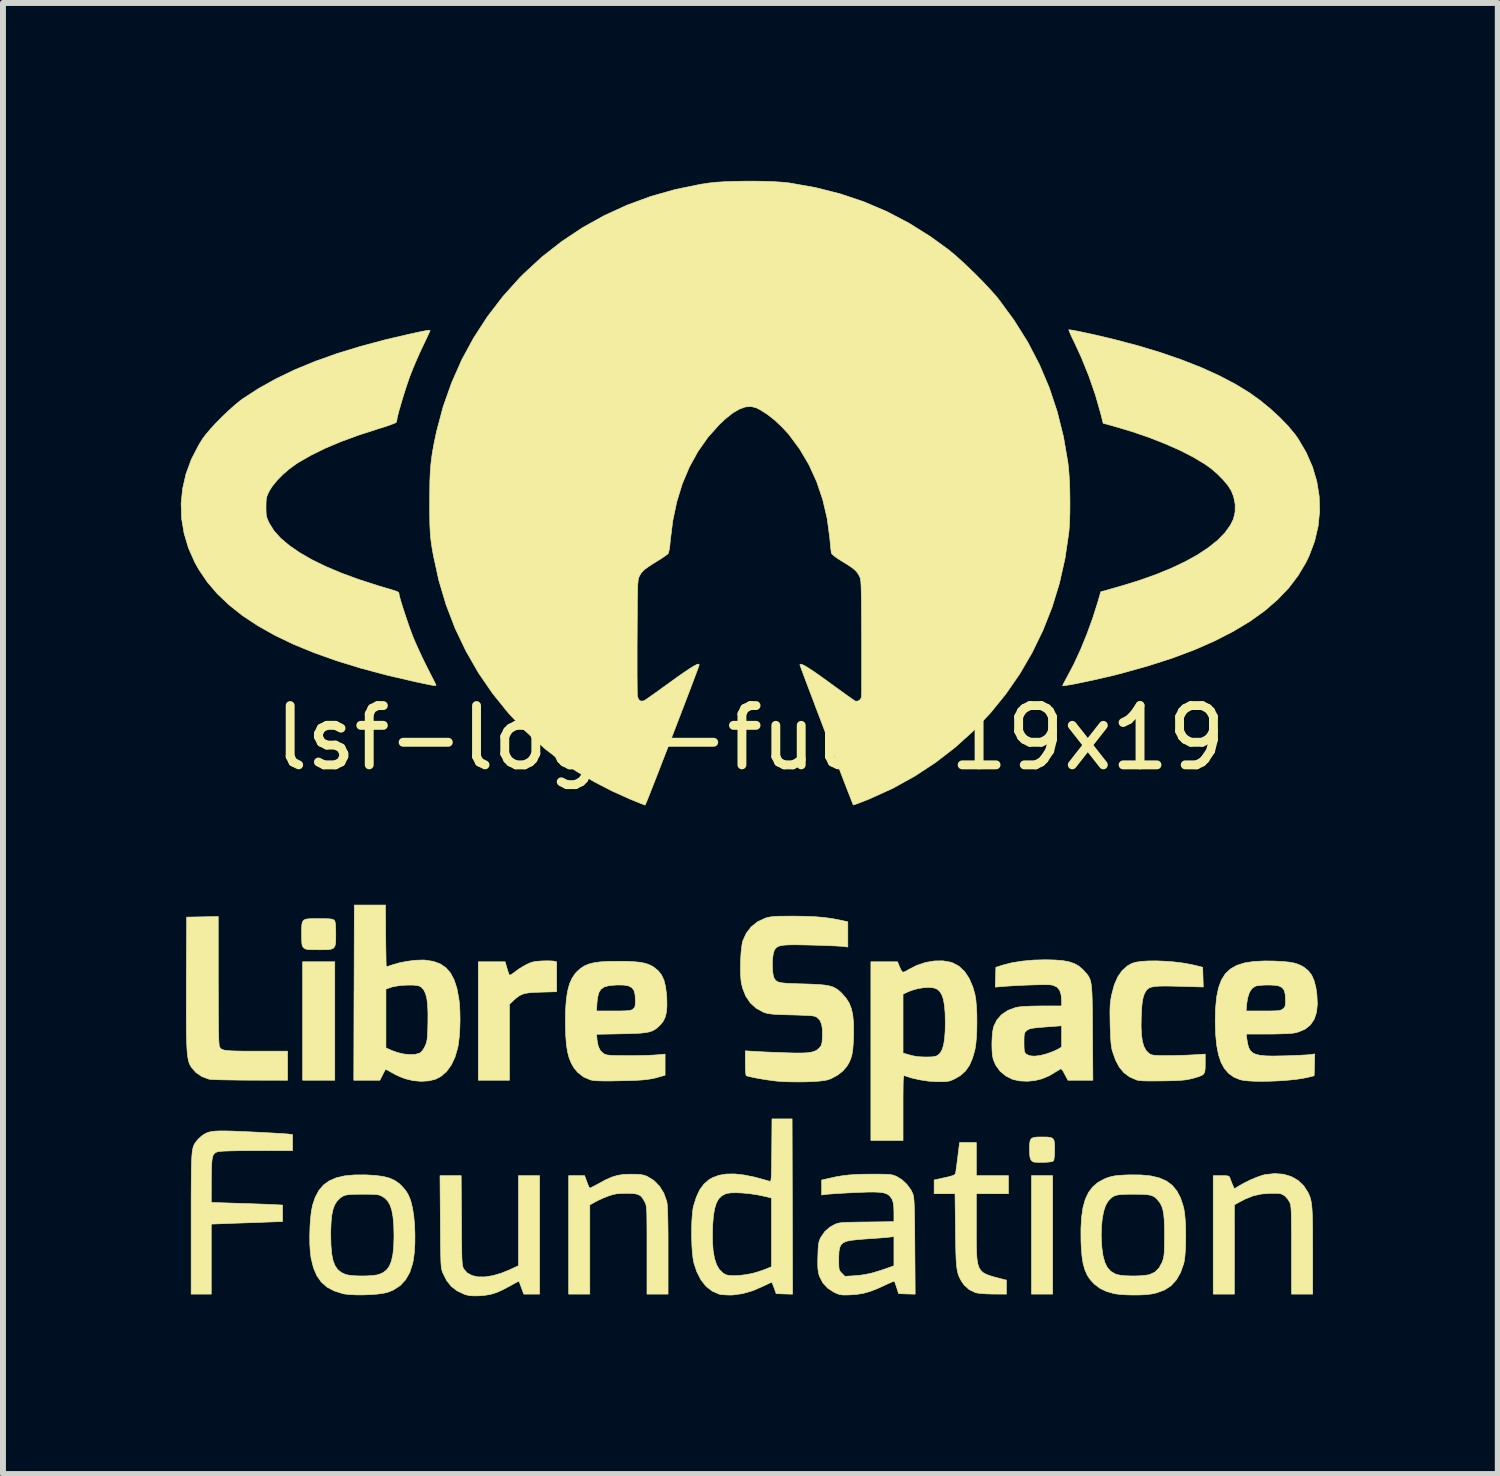
<source format=kicad_pcb>
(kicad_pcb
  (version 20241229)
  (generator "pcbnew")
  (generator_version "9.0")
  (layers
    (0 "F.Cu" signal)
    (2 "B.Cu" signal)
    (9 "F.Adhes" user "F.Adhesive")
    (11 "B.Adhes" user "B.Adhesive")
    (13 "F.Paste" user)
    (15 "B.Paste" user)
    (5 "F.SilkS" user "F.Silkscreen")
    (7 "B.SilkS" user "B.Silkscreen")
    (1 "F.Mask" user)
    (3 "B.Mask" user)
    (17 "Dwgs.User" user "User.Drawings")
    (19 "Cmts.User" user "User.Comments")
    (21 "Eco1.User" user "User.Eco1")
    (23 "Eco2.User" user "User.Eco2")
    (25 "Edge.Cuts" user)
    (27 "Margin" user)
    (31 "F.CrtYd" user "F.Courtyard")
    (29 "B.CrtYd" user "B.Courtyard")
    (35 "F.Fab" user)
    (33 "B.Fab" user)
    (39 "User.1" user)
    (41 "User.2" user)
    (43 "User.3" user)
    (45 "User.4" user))
  (footprint "lsf-logo-full-19x19"
    (layer "F.Cu")
    (at 9.606 9.395)
    (property "Reference" "lsf-logo-full-19x19" (at 0 0 0) (layer "F.SilkS") (effects (font (size 1 1) (thickness 0.15))))
    (attr exclude_from_pos_files exclude_from_bom)
    (fp_poly (pts (xy -7.01 5.774) (xy -7.552 5.774) (xy -7.552 3.776) (xy -7.01 3.776) (xy -7.01 5.774)) (stroke (width 0.01) (type solid)) (fill yes) (layer "F.SilkS"))
    (fp_poly (pts (xy 5.097 9.381) (xy 4.741 9.381) (xy 4.741 7.383) (xy 5.097 7.383) (xy 5.097 9.381)) (stroke (width 0.01) (type solid)) (fill yes) (layer "F.SilkS"))
    (fp_poly (pts (xy 5.004 6.732) (xy 5.064 6.739) (xy 5.101 6.757) (xy 5.121 6.791) (xy 5.129 6.846) (xy 5.131 6.929) (xy 5.131 6.941) (xy 5.129 7.014) (xy 5.124 7.076) (xy 5.118 7.118) (xy 5.114 7.129) (xy 5.096 7.143) (xy 5.057 7.151) (xy 4.992 7.157) (xy 4.949 7.158) (xy 4.879 7.159) (xy 4.82 7.157) (xy 4.782 7.154) (xy 4.775 7.152) (xy 4.744 7.133) (xy 4.723 7.1) (xy 4.712 7.049) (xy 4.708 6.971) (xy 4.707 6.943) (xy 4.709 6.855) (xy 4.717 6.796) (xy 4.737 6.759) (xy 4.774 6.74) (xy 4.834 6.732) (xy 4.915 6.731) (xy 5.004 6.732)) (stroke (width 0.01) (type solid)) (fill yes) (layer "F.SilkS"))
    (fp_poly (pts (xy -3.371 3.761) (xy -3.323 3.764) (xy -3.311 3.766) (xy -3.268 3.777) (xy -3.268 4.281) (xy -3.526 4.288) (xy -3.643 4.292) (xy -3.733 4.299) (xy -3.803 4.31) (xy -3.858 4.328) (xy -3.906 4.354) (xy -3.954 4.391) (xy -3.987 4.42) (xy -4.064 4.492) (xy -4.064 5.774) (xy -4.589 5.774) (xy -4.589 3.776) (xy -4.137 3.776) (xy -4.106 3.882) (xy -4.089 3.939) (xy -4.073 3.982) (xy -4.064 4.001) (xy -4.046 3.998) (xy -4.011 3.977) (xy -3.969 3.945) (xy -3.908 3.9) (xy -3.833 3.853) (xy -3.778 3.823) (xy -3.718 3.795) (xy -3.664 3.778) (xy -3.604 3.768) (xy -3.525 3.763) (xy -3.512 3.762) (xy -3.437 3.76) (xy -3.371 3.761)) (stroke (width 0.01) (type solid)) (fill yes) (layer "F.SilkS"))
    (fp_poly (pts (xy -7.277 3.048) (xy -7.18 3.049) (xy -7.111 3.051) (xy -7.065 3.056) (xy -7.036 3.064) (xy -7.02 3.075) (xy -7.008 3.093) (xy -7.001 3.124) (xy -6.996 3.174) (xy -6.994 3.249) (xy -6.993 3.311) (xy -6.994 3.406) (xy -6.998 3.474) (xy -7.011 3.521) (xy -7.037 3.55) (xy -7.081 3.566) (xy -7.148 3.572) (xy -7.242 3.573) (xy -7.285 3.573) (xy -7.376 3.572) (xy -7.439 3.57) (xy -7.481 3.566) (xy -7.509 3.558) (xy -7.528 3.546) (xy -7.535 3.539) (xy -7.55 3.521) (xy -7.56 3.497) (xy -7.565 3.46) (xy -7.568 3.405) (xy -7.569 3.323) (xy -7.569 3.305) (xy -7.569 3.212) (xy -7.565 3.145) (xy -7.553 3.099) (xy -7.528 3.07) (xy -7.485 3.055) (xy -7.419 3.049) (xy -7.327 3.048) (xy -7.277 3.048)) (stroke (width 0.01) (type solid)) (fill yes) (layer "F.SilkS"))
    (fp_poly (pts (xy -8.975 4.088) (xy -8.974 4.334) (xy -8.974 4.547) (xy -8.973 4.728) (xy -8.971 4.879) (xy -8.969 5) (xy -8.966 5.092) (xy -8.962 5.156) (xy -8.958 5.194) (xy -8.956 5.204) (xy -8.945 5.225) (xy -8.93 5.242) (xy -8.907 5.256) (xy -8.874 5.266) (xy -8.827 5.273) (xy -8.762 5.278) (xy -8.676 5.281) (xy -8.565 5.283) (xy -8.425 5.283) (xy -8.33 5.283) (xy -7.806 5.283) (xy -7.806 5.774) (xy -8.437 5.773) (xy -8.583 5.772) (xy -8.72 5.77) (xy -8.844 5.768) (xy -8.952 5.766) (xy -9.039 5.763) (xy -9.1 5.759) (xy -9.131 5.756) (xy -9.132 5.756) (xy -9.251 5.712) (xy -9.352 5.643) (xy -9.43 5.553) (xy -9.451 5.516) (xy -9.464 5.487) (xy -9.475 5.453) (xy -9.484 5.412) (xy -9.492 5.36) (xy -9.499 5.296) (xy -9.504 5.218) (xy -9.508 5.121) (xy -9.511 5.005) (xy -9.513 4.867) (xy -9.514 4.704) (xy -9.514 4.514) (xy -9.513 4.294) (xy -9.513 4.098) (xy -9.508 3.023) (xy -9.241 3.018) (xy -8.975 3.013) (xy -8.975 4.088)) (stroke (width 0.01) (type solid)) (fill yes) (layer "F.SilkS"))
    (fp_poly (pts (xy 3.81 7.383) (xy 4.352 7.383) (xy 4.352 7.688) (xy 3.81 7.688) (xy 3.81 8.229) (xy 3.81 8.412) (xy 3.811 8.564) (xy 3.814 8.689) (xy 3.822 8.79) (xy 3.835 8.87) (xy 3.855 8.932) (xy 3.885 8.981) (xy 3.924 9.018) (xy 3.976 9.047) (xy 4.041 9.071) (xy 4.122 9.095) (xy 4.219 9.12) (xy 4.246 9.127) (xy 4.318 9.145) (xy 4.318 9.381) (xy 4.094 9.38) (xy 3.985 9.377) (xy 3.893 9.371) (xy 3.824 9.362) (xy 3.797 9.356) (xy 3.692 9.306) (xy 3.606 9.229) (xy 3.563 9.169) (xy 3.54 9.127) (xy 3.52 9.087) (xy 3.504 9.044) (xy 3.492 8.996) (xy 3.482 8.939) (xy 3.475 8.868) (xy 3.469 8.781) (xy 3.465 8.672) (xy 3.462 8.539) (xy 3.46 8.377) (xy 3.459 8.302) (xy 3.451 7.688) (xy 3.099 7.688) (xy 3.099 7.456) (xy 3.275 7.417) (xy 3.356 7.399) (xy 3.409 7.383) (xy 3.44 7.37) (xy 3.455 7.354) (xy 3.46 7.343) (xy 3.465 7.313) (xy 3.473 7.258) (xy 3.483 7.183) (xy 3.494 7.095) (xy 3.498 7.065) (xy 3.528 6.824) (xy 3.81 6.824) (xy 3.81 7.383)) (stroke (width 0.01) (type solid)) (fill yes) (layer "F.SilkS"))
    (fp_poly (pts (xy -4.873 8.141) (xy -4.872 8.321) (xy -4.871 8.471) (xy -4.869 8.593) (xy -4.868 8.691) (xy -4.866 8.767) (xy -4.863 8.825) (xy -4.859 8.869) (xy -4.855 8.901) (xy -4.849 8.924) (xy -4.843 8.941) (xy -4.835 8.957) (xy -4.834 8.958) (xy -4.777 9.023) (xy -4.697 9.067) (xy -4.597 9.09) (xy -4.479 9.091) (xy -4.346 9.07) (xy -4.201 9.028) (xy -4.068 8.974) (xy -3.912 8.902) (xy -3.912 7.383) (xy -3.556 7.383) (xy -3.556 9.381) (xy -3.822 9.381) (xy -3.861 9.275) (xy -3.881 9.221) (xy -3.896 9.181) (xy -3.903 9.164) (xy -3.919 9.17) (xy -3.958 9.189) (xy -4.013 9.219) (xy -4.058 9.244) (xy -4.178 9.308) (xy -4.281 9.354) (xy -4.378 9.384) (xy -4.477 9.401) (xy -4.572 9.409) (xy -4.661 9.411) (xy -4.728 9.407) (xy -4.783 9.396) (xy -4.821 9.385) (xy -4.945 9.327) (xy -5.044 9.251) (xy -5.123 9.152) (xy -5.185 9.028) (xy -5.194 9.005) (xy -5.202 8.981) (xy -5.208 8.955) (xy -5.213 8.923) (xy -5.217 8.881) (xy -5.22 8.826) (xy -5.222 8.755) (xy -5.224 8.665) (xy -5.226 8.552) (xy -5.227 8.413) (xy -5.228 8.245) (xy -5.229 8.158) (xy -5.235 7.383) (xy -4.878 7.383) (xy -4.873 8.141)) (stroke (width 0.01) (type solid)) (fill yes) (layer "F.SilkS"))
    (fp_poly (pts (xy 8.99 7.359) (xy 9.123 7.399) (xy 9.238 7.465) (xy 9.334 7.557) (xy 9.404 7.666) (xy 9.422 7.704) (xy 9.437 7.742) (xy 9.449 7.783) (xy 9.459 7.831) (xy 9.467 7.889) (xy 9.473 7.961) (xy 9.477 8.049) (xy 9.48 8.157) (xy 9.482 8.289) (xy 9.482 8.448) (xy 9.483 8.636) (xy 9.483 8.654) (xy 9.483 9.381) (xy 9.127 9.381) (xy 9.127 8.64) (xy 9.127 8.461) (xy 9.126 8.313) (xy 9.125 8.192) (xy 9.124 8.095) (xy 9.122 8.019) (xy 9.12 7.961) (xy 9.116 7.917) (xy 9.112 7.884) (xy 9.106 7.86) (xy 9.099 7.84) (xy 9.095 7.83) (xy 9.061 7.776) (xy 9.017 7.728) (xy 9.006 7.72) (xy 8.977 7.702) (xy 8.948 7.69) (xy 8.909 7.683) (xy 8.853 7.681) (xy 8.772 7.681) (xy 8.771 7.681) (xy 8.621 7.692) (xy 8.481 7.723) (xy 8.343 7.778) (xy 8.251 7.826) (xy 8.162 7.876) (xy 8.162 9.381) (xy 7.806 9.381) (xy 7.806 7.383) (xy 7.941 7.383) (xy 8.008 7.384) (xy 8.049 7.387) (xy 8.072 7.396) (xy 8.083 7.411) (xy 8.087 7.421) (xy 8.101 7.46) (xy 8.122 7.513) (xy 8.13 7.532) (xy 8.162 7.605) (xy 8.234 7.56) (xy 8.33 7.506) (xy 8.435 7.454) (xy 8.54 7.41) (xy 8.633 7.378) (xy 8.683 7.365) (xy 8.843 7.348) (xy 8.99 7.359)) (stroke (width 0.01) (type solid)) (fill yes) (layer "F.SilkS"))
    (fp_poly (pts (xy -2.007 7.359) (xy -1.916 7.36) (xy -1.85 7.365) (xy -1.799 7.375) (xy -1.755 7.39) (xy -1.74 7.396) (xy -1.628 7.465) (xy -1.533 7.561) (xy -1.461 7.678) (xy -1.412 7.815) (xy -1.407 7.837) (xy -1.402 7.881) (xy -1.398 7.957) (xy -1.394 8.066) (xy -1.391 8.205) (xy -1.389 8.373) (xy -1.389 8.569) (xy -1.389 8.654) (xy -1.389 9.381) (xy -1.744 9.381) (xy -1.744 8.64) (xy -1.744 8.462) (xy -1.744 8.315) (xy -1.745 8.195) (xy -1.746 8.099) (xy -1.747 8.024) (xy -1.75 7.967) (xy -1.753 7.924) (xy -1.758 7.892) (xy -1.763 7.868) (xy -1.77 7.849) (xy -1.779 7.83) (xy -1.782 7.824) (xy -1.816 7.765) (xy -1.852 7.724) (xy -1.898 7.699) (xy -1.959 7.686) (xy -2.044 7.681) (xy -2.097 7.681) (xy -2.188 7.683) (xy -2.257 7.689) (xy -2.317 7.701) (xy -2.38 7.721) (xy -2.405 7.73) (xy -2.481 7.76) (xy -2.558 7.795) (xy -2.62 7.827) (xy -2.62 7.827) (xy -2.709 7.877) (xy -2.709 9.381) (xy -3.065 9.381) (xy -3.065 7.383) (xy -2.796 7.383) (xy -2.759 7.485) (xy -2.738 7.539) (xy -2.721 7.578) (xy -2.711 7.593) (xy -2.693 7.588) (xy -2.653 7.568) (xy -2.597 7.538) (xy -2.558 7.517) (xy -2.44 7.453) (xy -2.338 7.408) (xy -2.242 7.379) (xy -2.142 7.363) (xy -2.028 7.359) (xy -2.007 7.359)) (stroke (width 0.01) (type solid)) (fill yes) (layer "F.SilkS"))
    (fp_poly (pts (xy -8.851 6.629) (xy -8.732 6.632) (xy -8.586 6.638) (xy -8.428 6.645) (xy -8.29 6.652) (xy -8.16 6.659) (xy -8.042 6.665) (xy -7.942 6.671) (xy -7.863 6.676) (xy -7.811 6.68) (xy -7.794 6.681) (xy -7.722 6.691) (xy -7.722 6.96) (xy -8.327 6.961) (xy -8.513 6.961) (xy -8.666 6.963) (xy -8.788 6.966) (xy -8.881 6.969) (xy -8.947 6.974) (xy -8.986 6.98) (xy -8.992 6.982) (xy -9.021 6.995) (xy -9.045 7.014) (xy -9.062 7.042) (xy -9.075 7.085) (xy -9.083 7.145) (xy -9.088 7.227) (xy -9.091 7.335) (xy -9.092 7.472) (xy -9.092 7.478) (xy -9.093 7.835) (xy -8.725 7.847) (xy -8.598 7.851) (xy -8.464 7.855) (xy -8.334 7.86) (xy -8.218 7.864) (xy -8.126 7.868) (xy -8.124 7.868) (xy -7.891 7.879) (xy -7.891 8.157) (xy -8.208 8.168) (xy -8.337 8.173) (xy -8.479 8.178) (xy -8.623 8.183) (xy -8.753 8.187) (xy -8.81 8.19) (xy -9.093 8.2) (xy -9.093 8.791) (xy -9.093 9.381) (xy -9.432 9.381) (xy -9.432 8.198) (xy -9.432 7.961) (xy -9.432 7.754) (xy -9.431 7.577) (xy -9.43 7.426) (xy -9.429 7.299) (xy -9.426 7.193) (xy -9.423 7.107) (xy -9.419 7.037) (xy -9.413 6.981) (xy -9.406 6.937) (xy -9.398 6.902) (xy -9.388 6.874) (xy -9.376 6.85) (xy -9.362 6.828) (xy -9.347 6.807) (xy -9.309 6.763) (xy -9.259 6.718) (xy -9.242 6.705) (xy -9.208 6.682) (xy -9.172 6.663) (xy -9.132 6.649) (xy -9.083 6.639) (xy -9.023 6.632) (xy -8.946 6.629) (xy -8.851 6.629)) (stroke (width 0.01) (type solid)) (fill yes) (layer "F.SilkS"))
    (fp_poly (pts (xy 3.377 3.783) (xy 3.411 3.794) (xy 3.519 3.852) (xy 3.612 3.94) (xy 3.69 4.057) (xy 3.752 4.202) (xy 3.787 4.326) (xy 3.802 4.415) (xy 3.812 4.529) (xy 3.819 4.659) (xy 3.82 4.798) (xy 3.818 4.936) (xy 3.811 5.065) (xy 3.8 5.178) (xy 3.787 5.258) (xy 3.745 5.405) (xy 3.693 5.524) (xy 3.627 5.618) (xy 3.545 5.692) (xy 3.458 5.744) (xy 3.408 5.768) (xy 3.366 5.784) (xy 3.325 5.793) (xy 3.275 5.797) (xy 3.205 5.798) (xy 3.15 5.798) (xy 3.003 5.789) (xy 2.852 5.766) (xy 2.71 5.733) (xy 2.603 5.698) (xy 2.595 5.696) (xy 2.589 5.701) (xy 2.584 5.716) (xy 2.58 5.743) (xy 2.577 5.787) (xy 2.576 5.85) (xy 2.575 5.937) (xy 2.574 6.049) (xy 2.574 6.192) (xy 2.574 6.238) (xy 2.574 6.79) (xy 2.032 6.79) (xy 2.032 4.322) (xy 2.574 4.322) (xy 2.574 5.316) (xy 2.663 5.341) (xy 2.732 5.36) (xy 2.789 5.371) (xy 2.845 5.378) (xy 2.915 5.381) (xy 2.968 5.382) (xy 3.064 5.38) (xy 3.131 5.367) (xy 3.148 5.36) (xy 3.194 5.324) (xy 3.23 5.266) (xy 3.257 5.185) (xy 3.275 5.077) (xy 3.285 4.94) (xy 3.287 4.801) (xy 3.284 4.641) (xy 3.273 4.511) (xy 3.255 4.409) (xy 3.227 4.33) (xy 3.191 4.273) (xy 3.152 4.239) (xy 3.095 4.217) (xy 3.015 4.208) (xy 2.92 4.213) (xy 2.818 4.23) (xy 2.717 4.259) (xy 2.646 4.288) (xy 2.574 4.322) (xy 2.032 4.322) (xy 2.032 3.776) (xy 2.256 3.776) (xy 2.481 3.776) (xy 2.511 3.848) (xy 2.537 3.909) (xy 2.558 3.943) (xy 2.581 3.951) (xy 2.616 3.938) (xy 2.669 3.906) (xy 2.808 3.836) (xy 2.955 3.787) (xy 3.104 3.762) (xy 3.247 3.76) (xy 3.377 3.783)) (stroke (width 0.01) (type solid)) (fill yes) (layer "F.SilkS"))
    (fp_poly (pts (xy 6.995 3.767) (xy 7.142 3.778) (xy 7.288 3.796) (xy 7.425 3.82) (xy 7.51 3.839) (xy 7.628 3.869) (xy 7.633 4.035) (xy 7.638 4.201) (xy 7.244 4.19) (xy 7.096 4.186) (xy 6.978 4.185) (xy 6.886 4.187) (xy 6.816 4.193) (xy 6.764 4.203) (xy 6.726 4.217) (xy 6.698 4.237) (xy 6.675 4.262) (xy 6.675 4.263) (xy 6.648 4.308) (xy 6.628 4.362) (xy 6.613 4.429) (xy 6.602 4.517) (xy 6.595 4.629) (xy 6.592 4.7) (xy 6.589 4.868) (xy 6.596 5.006) (xy 6.611 5.118) (xy 6.637 5.205) (xy 6.673 5.272) (xy 6.721 5.32) (xy 6.734 5.329) (xy 6.758 5.341) (xy 6.789 5.35) (xy 6.834 5.355) (xy 6.898 5.358) (xy 6.989 5.359) (xy 7.018 5.359) (xy 7.129 5.358) (xy 7.253 5.355) (xy 7.372 5.351) (xy 7.463 5.346) (xy 7.671 5.333) (xy 7.671 5.494) (xy 7.67 5.572) (xy 7.664 5.627) (xy 7.647 5.665) (xy 7.614 5.692) (xy 7.56 5.713) (xy 7.48 5.737) (xy 7.458 5.743) (xy 7.407 5.755) (xy 7.355 5.765) (xy 7.297 5.772) (xy 7.225 5.777) (xy 7.135 5.781) (xy 7.02 5.784) (xy 6.951 5.785) (xy 6.813 5.786) (xy 6.705 5.786) (xy 6.623 5.784) (xy 6.564 5.779) (xy 6.522 5.772) (xy 6.511 5.768) (xy 6.396 5.718) (xy 6.301 5.648) (xy 6.223 5.555) (xy 6.159 5.436) (xy 6.107 5.287) (xy 6.103 5.275) (xy 6.091 5.22) (xy 6.082 5.147) (xy 6.075 5.051) (xy 6.07 4.929) (xy 6.067 4.834) (xy 6.065 4.712) (xy 6.064 4.615) (xy 6.066 4.539) (xy 6.07 4.474) (xy 6.078 4.415) (xy 6.088 4.354) (xy 6.094 4.328) (xy 6.137 4.165) (xy 6.196 4.031) (xy 6.269 3.925) (xy 6.36 3.845) (xy 6.432 3.804) (xy 6.502 3.783) (xy 6.599 3.769) (xy 6.717 3.762) (xy 6.851 3.761) (xy 6.995 3.767)) (stroke (width 0.01) (type solid)) (fill yes) (layer "F.SilkS"))
    (fp_poly (pts (xy -6.151 3.34) (xy -6.15 3.469) (xy -6.148 3.586) (xy -6.146 3.688) (xy -6.145 3.77) (xy -6.143 3.828) (xy -6.141 3.858) (xy -6.141 3.861) (xy -6.123 3.856) (xy -6.083 3.843) (xy -6.043 3.829) (xy -5.922 3.794) (xy -5.788 3.768) (xy -5.653 3.751) (xy -5.531 3.746) (xy -5.484 3.748) (xy -5.348 3.769) (xy -5.232 3.811) (xy -5.136 3.876) (xy -5.058 3.966) (xy -4.997 4.081) (xy -4.95 4.224) (xy -4.918 4.396) (xy -4.909 4.464) (xy -4.9 4.598) (xy -4.897 4.748) (xy -4.901 4.901) (xy -4.911 5.048) (xy -4.927 5.177) (xy -4.936 5.224) (xy -4.981 5.381) (xy -5.044 5.516) (xy -5.124 5.626) (xy -5.219 5.709) (xy -5.312 5.757) (xy -5.423 5.784) (xy -5.551 5.792) (xy -5.686 5.781) (xy -5.815 5.75) (xy -5.825 5.747) (xy -5.904 5.717) (xy -5.986 5.679) (xy -6.05 5.644) (xy -6.1 5.615) (xy -6.138 5.596) (xy -6.154 5.59) (xy -6.154 5.59) (xy -6.164 5.608) (xy -6.184 5.646) (xy -6.204 5.685) (xy -6.249 5.774) (xy -6.689 5.774) (xy -6.685 4.297) (xy -6.684 4.237) (xy -6.147 4.237) (xy -6.147 5.228) (xy -6.049 5.272) (xy -5.948 5.308) (xy -5.843 5.332) (xy -5.741 5.341) (xy -5.651 5.337) (xy -5.58 5.317) (xy -5.563 5.307) (xy -5.534 5.278) (xy -5.502 5.229) (xy -5.484 5.193) (xy -5.47 5.158) (xy -5.459 5.122) (xy -5.452 5.08) (xy -5.446 5.024) (xy -5.443 4.949) (xy -5.44 4.849) (xy -5.439 4.806) (xy -5.438 4.64) (xy -5.444 4.504) (xy -5.457 4.396) (xy -5.479 4.312) (xy -5.509 4.25) (xy -5.548 4.207) (xy -5.577 4.188) (xy -5.623 4.175) (xy -5.692 4.169) (xy -5.778 4.169) (xy -5.869 4.173) (xy -5.957 4.184) (xy -6.033 4.198) (xy -6.066 4.208) (xy -6.147 4.237) (xy -6.684 4.237) (xy -6.68 2.819) (xy -6.155 2.819) (xy -6.151 3.34)) (stroke (width 0.01) (type solid)) (fill yes) (layer "F.SilkS"))
    (fp_poly (pts (xy 0.707 7.904) (xy 0.711 9.382) (xy 0.573 9.378) (xy 0.435 9.373) (xy 0.401 9.279) (xy 0.382 9.229) (xy 0.368 9.193) (xy 0.363 9.181) (xy 0.347 9.186) (xy 0.308 9.203) (xy 0.253 9.229) (xy 0.222 9.244) (xy 0.044 9.322) (xy -0.129 9.372) (xy -0.292 9.395) (xy -0.345 9.397) (xy -0.415 9.394) (xy -0.478 9.39) (xy -0.52 9.383) (xy -0.525 9.382) (xy -0.645 9.33) (xy -0.747 9.25) (xy -0.833 9.142) (xy -0.903 9.006) (xy -0.952 8.859) (xy -0.967 8.781) (xy -0.979 8.677) (xy -0.987 8.556) (xy -0.989 8.484) (xy -0.64 8.484) (xy -0.629 8.645) (xy -0.606 8.778) (xy -0.571 8.885) (xy -0.523 8.967) (xy -0.461 9.027) (xy -0.415 9.054) (xy -0.363 9.066) (xy -0.287 9.071) (xy -0.194 9.067) (xy -0.093 9.055) (xy 0.009 9.037) (xy 0.051 9.027) (xy 0.128 9.005) (xy 0.206 8.979) (xy 0.267 8.956) (xy 0.356 8.919) (xy 0.356 7.759) (xy 0.241 7.732) (xy 0.12 7.707) (xy -0.005 7.688) (xy -0.126 7.676) (xy -0.237 7.671) (xy -0.331 7.673) (xy -0.402 7.684) (xy -0.418 7.689) (xy -0.482 7.722) (xy -0.533 7.772) (xy -0.573 7.842) (xy -0.602 7.934) (xy -0.623 8.051) (xy -0.635 8.197) (xy -0.639 8.292) (xy -0.64 8.484) (xy -0.989 8.484) (xy -0.991 8.424) (xy -0.991 8.289) (xy -0.988 8.159) (xy -0.98 8.042) (xy -0.969 7.946) (xy -0.96 7.899) (xy -0.912 7.746) (xy -0.854 7.621) (xy -0.782 7.524) (xy -0.696 7.45) (xy -0.638 7.417) (xy -0.53 7.377) (xy -0.407 7.356) (xy -0.266 7.354) (xy -0.106 7.372) (xy 0.077 7.409) (xy 0.284 7.466) (xy 0.326 7.479) (xy 0.334 7.48) (xy 0.341 7.474) (xy 0.346 7.458) (xy 0.35 7.429) (xy 0.353 7.382) (xy 0.355 7.316) (xy 0.357 7.226) (xy 0.358 7.109) (xy 0.36 6.962) (xy 0.36 6.957) (xy 0.364 6.426) (xy 0.703 6.426) (xy 0.707 7.904)) (stroke (width 0.01) (type solid)) (fill yes) (layer "F.SilkS"))
    (fp_poly (pts (xy 5.389 -6.882) (xy 5.438 -6.875) (xy 5.511 -6.861) (xy 5.605 -6.842) (xy 5.715 -6.818) (xy 5.838 -6.791) (xy 5.969 -6.76) (xy 6.104 -6.728) (xy 6.121 -6.724) (xy 6.53 -6.616) (xy 6.915 -6.5) (xy 7.274 -6.376) (xy 7.607 -6.245) (xy 7.91 -6.107) (xy 8.184 -5.963) (xy 8.416 -5.821) (xy 8.593 -5.694) (xy 8.764 -5.555) (xy 8.923 -5.409) (xy 9.065 -5.263) (xy 9.184 -5.12) (xy 9.237 -5.046) (xy 9.375 -4.811) (xy 9.48 -4.57) (xy 9.553 -4.324) (xy 9.593 -4.074) (xy 9.6 -3.822) (xy 9.575 -3.571) (xy 9.517 -3.321) (xy 9.425 -3.075) (xy 9.369 -2.958) (xy 9.238 -2.738) (xy 9.079 -2.529) (xy 8.889 -2.331) (xy 8.671 -2.142) (xy 8.422 -1.964) (xy 8.142 -1.796) (xy 7.832 -1.637) (xy 7.491 -1.487) (xy 7.118 -1.347) (xy 6.712 -1.216) (xy 6.275 -1.094) (xy 6.172 -1.067) (xy 6.058 -1.039) (xy 5.937 -1.011) (xy 5.815 -0.983) (xy 5.694 -0.957) (xy 5.58 -0.933) (xy 5.478 -0.912) (xy 5.39 -0.896) (xy 5.323 -0.885) (xy 5.28 -0.879) (xy 5.266 -0.881) (xy 5.274 -0.901) (xy 5.295 -0.942) (xy 5.325 -0.998) (xy 5.337 -1.019) (xy 5.453 -1.239) (xy 5.567 -1.485) (xy 5.675 -1.749) (xy 5.775 -2.024) (xy 5.863 -2.303) (xy 5.883 -2.371) (xy 5.909 -2.464) (xy 6.219 -2.551) (xy 6.533 -2.647) (xy 6.824 -2.749) (xy 7.089 -2.857) (xy 7.329 -2.97) (xy 7.541 -3.087) (xy 7.725 -3.209) (xy 7.88 -3.333) (xy 8.004 -3.46) (xy 8.096 -3.588) (xy 8.147 -3.691) (xy 8.175 -3.811) (xy 8.176 -3.94) (xy 8.15 -4.069) (xy 8.112 -4.166) (xy 8.055 -4.256) (xy 7.973 -4.354) (xy 7.875 -4.453) (xy 7.765 -4.547) (xy 7.662 -4.62) (xy 7.469 -4.736) (xy 7.246 -4.85) (xy 6.997 -4.96) (xy 6.728 -5.066) (xy 6.442 -5.164) (xy 6.143 -5.253) (xy 6.095 -5.267) (xy 5.95 -5.306) (xy 5.911 -5.46) (xy 5.821 -5.777) (xy 5.709 -6.101) (xy 5.58 -6.42) (xy 5.466 -6.667) (xy 5.429 -6.743) (xy 5.399 -6.808) (xy 5.379 -6.856) (xy 5.37 -6.88) (xy 5.37 -6.883) (xy 5.389 -6.882)) (stroke (width 0.01) (type solid)) (fill yes) (layer "F.SilkS"))
    (fp_poly (pts (xy 8.838 3.764) (xy 8.972 3.771) (xy 9.079 3.781) (xy 9.165 3.796) (xy 9.236 3.817) (xy 9.298 3.846) (xy 9.339 3.87) (xy 9.41 3.928) (xy 9.466 4.001) (xy 9.507 4.094) (xy 9.537 4.211) (xy 9.554 4.328) (xy 9.562 4.491) (xy 9.547 4.631) (xy 9.508 4.747) (xy 9.445 4.84) (xy 9.357 4.911) (xy 9.245 4.959) (xy 9.171 4.977) (xy 9.123 4.983) (xy 9.048 4.988) (xy 8.953 4.991) (xy 8.846 4.994) (xy 8.732 4.995) (xy 8.716 4.995) (xy 8.362 4.995) (xy 8.374 5.084) (xy 8.387 5.162) (xy 8.405 5.225) (xy 8.432 5.274) (xy 8.471 5.311) (xy 8.525 5.337) (xy 8.598 5.354) (xy 8.693 5.363) (xy 8.813 5.366) (xy 8.963 5.363) (xy 9.028 5.362) (xy 9.14 5.358) (xy 9.244 5.354) (xy 9.334 5.349) (xy 9.403 5.345) (xy 9.447 5.341) (xy 9.454 5.34) (xy 9.518 5.33) (xy 9.508 5.698) (xy 9.397 5.726) (xy 9.302 5.745) (xy 9.186 5.761) (xy 9.055 5.774) (xy 8.915 5.784) (xy 8.773 5.79) (xy 8.634 5.792) (xy 8.506 5.791) (xy 8.394 5.785) (xy 8.305 5.774) (xy 8.257 5.764) (xy 8.154 5.721) (xy 8.067 5.659) (xy 7.995 5.577) (xy 7.938 5.473) (xy 7.895 5.344) (xy 7.865 5.189) (xy 7.847 5.006) (xy 7.84 4.793) (xy 7.84 4.767) (xy 7.844 4.606) (xy 8.36 4.606) (xy 8.648 4.606) (xy 8.754 4.606) (xy 8.832 4.604) (xy 8.887 4.602) (xy 8.925 4.597) (xy 8.951 4.589) (xy 8.971 4.578) (xy 8.981 4.571) (xy 9.005 4.549) (xy 9.018 4.524) (xy 9.024 4.485) (xy 9.025 4.423) (xy 9.025 4.418) (xy 9.02 4.323) (xy 9.002 4.256) (xy 8.969 4.212) (xy 8.918 4.186) (xy 8.911 4.183) (xy 8.85 4.173) (xy 8.77 4.168) (xy 8.683 4.168) (xy 8.6 4.173) (xy 8.535 4.183) (xy 8.517 4.188) (xy 8.461 4.225) (xy 8.417 4.291) (xy 8.386 4.386) (xy 8.371 4.483) (xy 8.36 4.606) (xy 7.844 4.606) (xy 7.846 4.553) (xy 7.864 4.368) (xy 7.896 4.213) (xy 7.944 4.084) (xy 8.009 3.979) (xy 8.095 3.898) (xy 8.202 3.837) (xy 8.333 3.795) (xy 8.489 3.771) (xy 8.672 3.762) (xy 8.838 3.764)) (stroke (width 0.01) (type solid)) (fill yes) (layer "F.SilkS"))
    (fp_poly (pts (xy -6.47 7.371) (xy -6.314 7.381) (xy -6.187 7.398) (xy -6.082 7.426) (xy -5.996 7.466) (xy -5.921 7.518) (xy -5.875 7.564) (xy -5.818 7.629) (xy -5.778 7.69) (xy -5.746 7.761) (xy -5.726 7.819) (xy -5.699 7.929) (xy -5.678 8.063) (xy -5.664 8.213) (xy -5.658 8.372) (xy -5.659 8.53) (xy -5.668 8.679) (xy -5.686 8.811) (xy -5.697 8.865) (xy -5.745 9.014) (xy -5.815 9.138) (xy -5.906 9.236) (xy -6.021 9.311) (xy -6.111 9.348) (xy -6.185 9.366) (xy -6.285 9.38) (xy -6.4 9.389) (xy -6.522 9.394) (xy -6.643 9.394) (xy -6.753 9.389) (xy -6.844 9.379) (xy -6.87 9.374) (xy -7.017 9.328) (xy -7.139 9.264) (xy -7.237 9.178) (xy -7.313 9.069) (xy -7.37 8.934) (xy -7.41 8.771) (xy -7.41 8.77) (xy -7.423 8.662) (xy -7.431 8.533) (xy -7.432 8.393) (xy -7.078 8.393) (xy -7.074 8.561) (xy -7.062 8.7) (xy -7.04 8.812) (xy -7.007 8.899) (xy -6.962 8.966) (xy -6.904 9.014) (xy -6.832 9.048) (xy -6.822 9.051) (xy -6.759 9.064) (xy -6.673 9.072) (xy -6.574 9.075) (xy -6.473 9.074) (xy -6.378 9.068) (xy -6.301 9.058) (xy -6.272 9.051) (xy -6.197 9.02) (xy -6.136 8.974) (xy -6.089 8.909) (xy -6.054 8.823) (xy -6.03 8.714) (xy -6.016 8.578) (xy -6.011 8.412) (xy -6.011 8.392) (xy -6.015 8.222) (xy -6.027 8.083) (xy -6.047 7.97) (xy -6.077 7.88) (xy -6.117 7.811) (xy -6.169 7.759) (xy -6.203 7.737) (xy -6.233 7.721) (xy -6.262 7.71) (xy -6.298 7.703) (xy -6.347 7.699) (xy -6.415 7.697) (xy -6.509 7.696) (xy -6.528 7.696) (xy -6.641 7.697) (xy -6.726 7.699) (xy -6.789 7.705) (xy -6.836 7.714) (xy -6.873 7.729) (xy -6.905 7.75) (xy -6.925 7.766) (xy -6.974 7.816) (xy -7.012 7.877) (xy -7.04 7.953) (xy -7.06 8.049) (xy -7.072 8.168) (xy -7.078 8.314) (xy -7.078 8.393) (xy -7.432 8.393) (xy -7.432 8.392) (xy -7.428 8.249) (xy -7.419 8.111) (xy -7.405 7.989) (xy -7.386 7.89) (xy -7.385 7.884) (xy -7.339 7.747) (xy -7.278 7.634) (xy -7.201 7.542) (xy -7.105 7.472) (xy -6.987 7.42) (xy -6.846 7.387) (xy -6.679 7.371) (xy -6.483 7.37) (xy -6.47 7.371)) (stroke (width 0.01) (type solid)) (fill yes) (layer "F.SilkS"))
    (fp_poly (pts (xy 6.583 7.371) (xy 6.753 7.387) (xy 6.896 7.421) (xy 7.015 7.473) (xy 7.113 7.545) (xy 7.191 7.639) (xy 7.253 7.755) (xy 7.299 7.895) (xy 7.309 7.933) (xy 7.323 8.018) (xy 7.333 8.126) (xy 7.34 8.25) (xy 7.342 8.382) (xy 7.341 8.516) (xy 7.336 8.641) (xy 7.327 8.752) (xy 7.314 8.839) (xy 7.308 8.865) (xy 7.255 9.017) (xy 7.184 9.141) (xy 7.093 9.24) (xy 6.98 9.313) (xy 6.844 9.362) (xy 6.756 9.38) (xy 6.67 9.39) (xy 6.564 9.395) (xy 6.449 9.396) (xy 6.334 9.393) (xy 6.231 9.386) (xy 6.149 9.375) (xy 6.135 9.373) (xy 6.006 9.336) (xy 5.9 9.286) (xy 5.808 9.217) (xy 5.799 9.21) (xy 5.734 9.14) (xy 5.682 9.063) (xy 5.642 8.973) (xy 5.612 8.867) (xy 5.592 8.738) (xy 5.58 8.584) (xy 5.576 8.491) (xy 5.575 8.392) (xy 5.917 8.392) (xy 5.924 8.55) (xy 5.927 8.593) (xy 5.947 8.735) (xy 5.978 8.848) (xy 6.021 8.934) (xy 6.078 8.997) (xy 6.152 9.04) (xy 6.183 9.051) (xy 6.246 9.064) (xy 6.333 9.072) (xy 6.433 9.075) (xy 6.535 9.074) (xy 6.63 9.068) (xy 6.707 9.057) (xy 6.735 9.051) (xy 6.823 9.009) (xy 6.892 8.941) (xy 6.944 8.845) (xy 6.953 8.82) (xy 6.965 8.783) (xy 6.973 8.742) (xy 6.979 8.691) (xy 6.982 8.625) (xy 6.984 8.538) (xy 6.985 8.424) (xy 6.985 8.39) (xy 6.984 8.243) (xy 6.979 8.124) (xy 6.97 8.03) (xy 6.956 7.955) (xy 6.936 7.895) (xy 6.91 7.845) (xy 6.881 7.807) (xy 6.846 7.768) (xy 6.811 7.739) (xy 6.77 7.72) (xy 6.718 7.707) (xy 6.649 7.7) (xy 6.556 7.697) (xy 6.46 7.696) (xy 6.344 7.697) (xy 6.257 7.701) (xy 6.191 7.709) (xy 6.141 7.723) (xy 6.101 7.746) (xy 6.065 7.778) (xy 6.03 7.818) (xy 5.99 7.887) (xy 5.958 7.983) (xy 5.935 8.103) (xy 5.921 8.241) (xy 5.917 8.392) (xy 5.575 8.392) (xy 5.575 8.271) (xy 5.586 8.081) (xy 5.61 7.918) (xy 5.649 7.78) (xy 5.703 7.666) (xy 5.774 7.572) (xy 5.861 7.498) (xy 5.967 7.44) (xy 6.029 7.415) (xy 6.084 7.399) (xy 6.143 7.387) (xy 6.214 7.379) (xy 6.305 7.373) (xy 6.386 7.37) (xy 6.583 7.371)) (stroke (width 0.01) (type solid)) (fill yes) (layer "F.SilkS"))
    (fp_poly (pts (xy 5.135 3.746) (xy 5.266 3.756) (xy 5.374 3.776) (xy 5.463 3.806) (xy 5.538 3.848) (xy 5.604 3.904) (xy 5.635 3.937) (xy 5.664 3.97) (xy 5.688 3.999) (xy 5.707 4.029) (xy 5.724 4.063) (xy 5.737 4.103) (xy 5.747 4.153) (xy 5.754 4.215) (xy 5.76 4.294) (xy 5.764 4.392) (xy 5.766 4.511) (xy 5.768 4.657) (xy 5.769 4.831) (xy 5.77 4.974) (xy 5.776 5.774) (xy 5.356 5.774) (xy 5.301 5.672) (xy 5.272 5.618) (xy 5.252 5.59) (xy 5.236 5.582) (xy 5.219 5.589) (xy 5.21 5.595) (xy 5.042 5.697) (xy 4.915 5.75) (xy 4.798 5.779) (xy 4.669 5.791) (xy 4.542 5.785) (xy 4.43 5.761) (xy 4.423 5.759) (xy 4.308 5.702) (xy 4.21 5.62) (xy 4.136 5.518) (xy 4.095 5.419) (xy 4.082 5.351) (xy 4.075 5.26) (xy 4.073 5.158) (xy 4.074 5.139) (xy 4.614 5.139) (xy 4.615 5.216) (xy 4.618 5.266) (xy 4.625 5.298) (xy 4.637 5.319) (xy 4.654 5.335) (xy 4.71 5.361) (xy 4.789 5.368) (xy 4.887 5.357) (xy 4.998 5.328) (xy 5.009 5.324) (xy 5.079 5.299) (xy 5.144 5.272) (xy 5.19 5.249) (xy 5.194 5.247) (xy 5.249 5.213) (xy 5.249 4.855) (xy 5.093 4.867) (xy 4.968 4.876) (xy 4.873 4.884) (xy 4.802 4.891) (xy 4.751 4.898) (xy 4.715 4.906) (xy 4.69 4.916) (xy 4.67 4.928) (xy 4.659 4.937) (xy 4.638 4.957) (xy 4.625 4.978) (xy 4.618 5.009) (xy 4.615 5.058) (xy 4.614 5.132) (xy 4.614 5.139) (xy 4.074 5.139) (xy 4.077 5.054) (xy 4.085 4.96) (xy 4.099 4.885) (xy 4.104 4.866) (xy 4.158 4.756) (xy 4.239 4.665) (xy 4.344 4.595) (xy 4.47 4.549) (xy 4.512 4.54) (xy 4.562 4.534) (xy 4.638 4.529) (xy 4.732 4.524) (xy 4.837 4.522) (xy 4.931 4.521) (xy 5.249 4.521) (xy 5.249 4.441) (xy 5.241 4.335) (xy 5.216 4.257) (xy 5.172 4.204) (xy 5.108 4.173) (xy 5.073 4.166) (xy 5.031 4.163) (xy 4.961 4.162) (xy 4.869 4.163) (xy 4.761 4.166) (xy 4.644 4.17) (xy 4.524 4.175) (xy 4.406 4.182) (xy 4.296 4.189) (xy 4.271 4.191) (xy 4.13 4.203) (xy 4.14 3.869) (xy 4.256 3.832) (xy 4.407 3.793) (xy 4.583 3.765) (xy 4.781 3.747) (xy 4.976 3.742) (xy 5.135 3.746)) (stroke (width 0.01) (type solid)) (fill yes) (layer "F.SilkS"))
    (fp_poly (pts (xy -2.083 3.769) (xy -1.959 3.775) (xy -1.858 3.785) (xy -1.777 3.801) (xy -1.709 3.824) (xy -1.651 3.853) (xy -1.628 3.868) (xy -1.555 3.927) (xy -1.499 3.999) (xy -1.458 4.087) (xy -1.431 4.197) (xy -1.414 4.333) (xy -1.41 4.395) (xy -1.408 4.528) (xy -1.418 4.634) (xy -1.441 4.72) (xy -1.478 4.791) (xy -1.532 4.853) (xy -1.573 4.89) (xy -1.613 4.919) (xy -1.656 4.942) (xy -1.709 4.959) (xy -1.774 4.971) (xy -1.856 4.98) (xy -1.961 4.985) (xy -2.093 4.989) (xy -2.182 4.991) (xy -2.595 4.999) (xy -2.586 5.096) (xy -2.567 5.198) (xy -2.531 5.274) (xy -2.476 5.325) (xy -2.468 5.329) (xy -2.445 5.34) (xy -2.416 5.347) (xy -2.376 5.353) (xy -2.32 5.356) (xy -2.244 5.358) (xy -2.141 5.359) (xy -2.066 5.359) (xy -1.95 5.359) (xy -1.835 5.357) (xy -1.73 5.354) (xy -1.642 5.35) (xy -1.58 5.346) (xy -1.579 5.346) (xy -1.439 5.333) (xy -1.439 5.689) (xy -1.531 5.715) (xy -1.598 5.734) (xy -1.663 5.748) (xy -1.732 5.759) (xy -1.809 5.768) (xy -1.901 5.774) (xy -2.014 5.779) (xy -2.152 5.782) (xy -2.21 5.783) (xy -2.352 5.786) (xy -2.464 5.786) (xy -2.55 5.784) (xy -2.616 5.781) (xy -2.665 5.775) (xy -2.698 5.768) (xy -2.812 5.719) (xy -2.912 5.642) (xy -2.976 5.565) (xy -3.021 5.486) (xy -3.057 5.398) (xy -3.084 5.294) (xy -3.103 5.172) (xy -3.114 5.027) (xy -3.12 4.855) (xy -3.12 4.767) (xy -3.117 4.606) (xy -2.595 4.606) (xy -2.307 4.606) (xy -2.2 4.606) (xy -2.122 4.604) (xy -2.066 4.601) (xy -2.029 4.596) (xy -2.003 4.588) (xy -1.984 4.578) (xy -1.979 4.573) (xy -1.958 4.553) (xy -1.946 4.528) (xy -1.941 4.488) (xy -1.94 4.425) (xy -1.94 4.415) (xy -1.946 4.325) (xy -1.964 4.258) (xy -1.999 4.212) (xy -2.055 4.183) (xy -2.134 4.169) (xy -2.242 4.167) (xy -2.279 4.169) (xy -2.387 4.179) (xy -2.467 4.201) (xy -2.522 4.24) (xy -2.558 4.3) (xy -2.579 4.386) (xy -2.588 4.475) (xy -2.595 4.606) (xy -3.117 4.606) (xy -3.116 4.571) (xy -3.104 4.406) (xy -3.082 4.266) (xy -3.051 4.15) (xy -3.008 4.054) (xy -2.954 3.974) (xy -2.923 3.94) (xy -2.863 3.887) (xy -2.8 3.846) (xy -2.727 3.815) (xy -2.64 3.793) (xy -2.535 3.778) (xy -2.406 3.77) (xy -2.248 3.768) (xy -2.235 3.768) (xy -2.083 3.769)) (stroke (width 0.01) (type solid)) (fill yes) (layer "F.SilkS"))
    (fp_poly (pts (xy 2.245 7.359) (xy 2.31 7.361) (xy 2.359 7.365) (xy 2.396 7.372) (xy 2.428 7.381) (xy 2.459 7.394) (xy 2.469 7.398) (xy 2.557 7.453) (xy 2.64 7.531) (xy 2.706 7.621) (xy 2.737 7.684) (xy 2.744 7.705) (xy 2.75 7.73) (xy 2.755 7.762) (xy 2.759 7.804) (xy 2.762 7.859) (xy 2.765 7.93) (xy 2.767 8.021) (xy 2.769 8.134) (xy 2.771 8.272) (xy 2.772 8.439) (xy 2.773 8.573) (xy 2.779 9.382) (xy 2.64 9.378) (xy 2.5 9.373) (xy 2.467 9.271) (xy 2.449 9.217) (xy 2.435 9.178) (xy 2.428 9.163) (xy 2.411 9.167) (xy 2.372 9.183) (xy 2.315 9.208) (xy 2.282 9.224) (xy 2.142 9.288) (xy 2.02 9.335) (xy 1.908 9.367) (xy 1.798 9.385) (xy 1.693 9.393) (xy 1.612 9.396) (xy 1.555 9.395) (xy 1.511 9.389) (xy 1.472 9.377) (xy 1.426 9.357) (xy 1.413 9.351) (xy 1.304 9.281) (xy 1.221 9.19) (xy 1.165 9.081) (xy 1.16 9.067) (xy 1.148 9.019) (xy 1.14 8.966) (xy 1.136 8.899) (xy 1.136 8.812) (xy 1.136 8.797) (xy 1.49 8.797) (xy 1.49 8.877) (xy 1.493 8.931) (xy 1.498 8.967) (xy 1.509 8.992) (xy 1.528 9.014) (xy 1.542 9.029) (xy 1.594 9.081) (xy 1.758 9.071) (xy 1.849 9.063) (xy 1.945 9.048) (xy 2.029 9.031) (xy 2.049 9.026) (xy 2.134 9.001) (xy 2.228 8.971) (xy 2.299 8.947) (xy 2.421 8.903) (xy 2.421 8.411) (xy 2.324 8.422) (xy 2.274 8.426) (xy 2.198 8.433) (xy 2.105 8.44) (xy 2.002 8.447) (xy 1.939 8.451) (xy 1.804 8.462) (xy 1.699 8.474) (xy 1.621 8.49) (xy 1.565 8.515) (xy 1.528 8.55) (xy 1.505 8.599) (xy 1.494 8.664) (xy 1.49 8.748) (xy 1.49 8.797) (xy 1.136 8.797) (xy 1.138 8.742) (xy 1.141 8.646) (xy 1.145 8.577) (xy 1.151 8.526) (xy 1.161 8.486) (xy 1.175 8.45) (xy 1.189 8.422) (xy 1.256 8.325) (xy 1.344 8.249) (xy 1.422 8.206) (xy 1.447 8.195) (xy 1.474 8.187) (xy 1.507 8.18) (xy 1.551 8.175) (xy 1.61 8.172) (xy 1.688 8.169) (xy 1.791 8.167) (xy 1.921 8.165) (xy 1.96 8.165) (xy 2.421 8.159) (xy 2.421 8.009) (xy 2.418 7.91) (xy 2.408 7.836) (xy 2.389 7.78) (xy 2.358 7.735) (xy 2.35 7.727) (xy 2.322 7.702) (xy 2.285 7.684) (xy 2.236 7.671) (xy 2.171 7.663) (xy 2.086 7.659) (xy 1.977 7.66) (xy 1.841 7.665) (xy 1.742 7.669) (xy 1.625 7.675) (xy 1.516 7.681) (xy 1.419 7.687) (xy 1.342 7.693) (xy 1.289 7.697) (xy 1.274 7.699) (xy 1.202 7.709) (xy 1.202 7.457) (xy 1.325 7.429) (xy 1.442 7.403) (xy 1.549 7.385) (xy 1.656 7.372) (xy 1.771 7.364) (xy 1.904 7.359) (xy 2.04 7.358) (xy 2.157 7.358) (xy 2.245 7.359)) (stroke (width 0.01) (type solid)) (fill yes) (layer "F.SilkS"))
    (fp_poly (pts (xy -5.402 -6.871) (xy -5.402 -6.869) (xy -5.409 -6.853) (xy -5.428 -6.811) (xy -5.457 -6.749) (xy -5.494 -6.671) (xy -5.527 -6.602) (xy -5.578 -6.493) (xy -5.632 -6.371) (xy -5.683 -6.251) (xy -5.726 -6.143) (xy -5.738 -6.113) (xy -5.768 -6.029) (xy -5.801 -5.931) (xy -5.835 -5.826) (xy -5.868 -5.719) (xy -5.898 -5.617) (xy -5.925 -5.524) (xy -5.945 -5.448) (xy -5.958 -5.393) (xy -5.961 -5.37) (xy -5.969 -5.332) (xy -5.975 -5.321) (xy -5.994 -5.31) (xy -6.042 -5.291) (xy -6.111 -5.266) (xy -6.196 -5.238) (xy -6.294 -5.208) (xy -6.299 -5.206) (xy -6.615 -5.104) (xy -6.908 -4.996) (xy -7.176 -4.883) (xy -7.415 -4.765) (xy -7.624 -4.645) (xy -7.662 -4.62) (xy -7.777 -4.536) (xy -7.886 -4.442) (xy -7.984 -4.342) (xy -8.063 -4.245) (xy -8.113 -4.166) (xy -8.14 -4.111) (xy -8.157 -4.066) (xy -8.166 -4.019) (xy -8.169 -3.959) (xy -8.17 -3.894) (xy -8.169 -3.815) (xy -8.165 -3.758) (xy -8.154 -3.712) (xy -8.135 -3.663) (xy -8.115 -3.621) (xy -8.036 -3.494) (xy -7.924 -3.369) (xy -7.779 -3.246) (xy -7.604 -3.125) (xy -7.398 -3.006) (xy -7.163 -2.891) (xy -6.9 -2.78) (xy -6.608 -2.673) (xy -6.29 -2.57) (xy -6.193 -2.541) (xy -6.094 -2.512) (xy -6.024 -2.491) (xy -5.976 -2.475) (xy -5.948 -2.463) (xy -5.933 -2.452) (xy -5.927 -2.441) (xy -5.927 -2.429) (xy -5.921 -2.398) (xy -5.906 -2.341) (xy -5.883 -2.264) (xy -5.854 -2.172) (xy -5.821 -2.071) (xy -5.786 -1.968) (xy -5.751 -1.867) (xy -5.717 -1.774) (xy -5.687 -1.696) (xy -5.686 -1.693) (xy -5.649 -1.605) (xy -5.6 -1.497) (xy -5.546 -1.38) (xy -5.49 -1.264) (xy -5.455 -1.194) (xy -5.409 -1.103) (xy -5.368 -1.023) (xy -5.335 -0.958) (xy -5.313 -0.913) (xy -5.303 -0.893) (xy -5.303 -0.893) (xy -5.303 -0.886) (xy -5.316 -0.883) (xy -5.343 -0.885) (xy -5.389 -0.892) (xy -5.458 -0.906) (xy -5.553 -0.926) (xy -5.656 -0.948) (xy -6.13 -1.058) (xy -6.571 -1.176) (xy -6.981 -1.302) (xy -7.359 -1.437) (xy -7.706 -1.579) (xy -8.022 -1.731) (xy -8.308 -1.892) (xy -8.564 -2.061) (xy -8.791 -2.241) (xy -8.99 -2.43) (xy -9.16 -2.629) (xy -9.302 -2.839) (xy -9.369 -2.958) (xy -9.477 -3.201) (xy -9.551 -3.449) (xy -9.593 -3.7) (xy -9.601 -3.952) (xy -9.576 -4.203) (xy -9.519 -4.452) (xy -9.429 -4.697) (xy -9.306 -4.936) (xy -9.238 -5.046) (xy -9.181 -5.122) (xy -9.103 -5.213) (xy -9.011 -5.313) (xy -8.909 -5.416) (xy -8.804 -5.516) (xy -8.702 -5.608) (xy -8.608 -5.685) (xy -8.555 -5.724) (xy -8.289 -5.896) (xy -8 -6.057) (xy -7.686 -6.208) (xy -7.345 -6.349) (xy -6.977 -6.48) (xy -6.58 -6.602) (xy -6.153 -6.716) (xy -5.767 -6.806) (xy -5.644 -6.833) (xy -5.551 -6.853) (xy -5.483 -6.866) (xy -5.438 -6.873) (xy -5.412 -6.874) (xy -5.402 -6.871)) (stroke (width 0.01) (type solid)) (fill yes) (layer "F.SilkS"))
    (fp_poly (pts (xy 0.728 3.006) (xy 0.924 3.009) (xy 1.093 3.016) (xy 1.243 3.029) (xy 1.382 3.048) (xy 1.516 3.074) (xy 1.528 3.076) (xy 1.643 3.102) (xy 1.643 3.527) (xy 1.554 3.516) (xy 1.513 3.513) (xy 1.443 3.509) (xy 1.351 3.505) (xy 1.243 3.501) (xy 1.123 3.497) (xy 1.016 3.494) (xy 0.863 3.491) (xy 0.741 3.489) (xy 0.645 3.491) (xy 0.571 3.495) (xy 0.516 3.502) (xy 0.475 3.514) (xy 0.446 3.531) (xy 0.423 3.552) (xy 0.405 3.579) (xy 0.389 3.625) (xy 0.377 3.695) (xy 0.371 3.779) (xy 0.371 3.867) (xy 0.376 3.949) (xy 0.387 4.016) (xy 0.398 4.047) (xy 0.414 4.075) (xy 0.433 4.096) (xy 0.459 4.113) (xy 0.496 4.125) (xy 0.548 4.133) (xy 0.621 4.14) (xy 0.717 4.144) (xy 0.842 4.148) (xy 0.889 4.149) (xy 1.037 4.154) (xy 1.157 4.16) (xy 1.252 4.169) (xy 1.328 4.182) (xy 1.389 4.2) (xy 1.44 4.225) (xy 1.486 4.257) (xy 1.532 4.298) (xy 1.546 4.313) (xy 1.613 4.389) (xy 1.665 4.471) (xy 1.702 4.563) (xy 1.726 4.672) (xy 1.739 4.801) (xy 1.741 4.955) (xy 1.74 5.019) (xy 1.735 5.151) (xy 1.726 5.256) (xy 1.713 5.34) (xy 1.693 5.41) (xy 1.666 5.473) (xy 1.63 5.534) (xy 1.626 5.54) (xy 1.558 5.619) (xy 1.466 5.69) (xy 1.362 5.746) (xy 1.304 5.767) (xy 1.246 5.779) (xy 1.16 5.789) (xy 1.054 5.796) (xy 0.934 5.801) (xy 0.806 5.802) (xy 0.678 5.801) (xy 0.556 5.797) (xy 0.461 5.79) (xy 0.388 5.782) (xy 0.302 5.77) (xy 0.211 5.756) (xy 0.122 5.741) (xy 0.042 5.725) (xy -0.022 5.711) (xy -0.063 5.7) (xy -0.071 5.696) (xy -0.076 5.677) (xy -0.081 5.631) (xy -0.084 5.564) (xy -0.085 5.485) (xy -0.085 5.278) (xy 0.093 5.289) (xy 0.168 5.293) (xy 0.268 5.298) (xy 0.383 5.303) (xy 0.504 5.307) (xy 0.606 5.311) (xy 0.75 5.315) (xy 0.865 5.315) (xy 0.955 5.311) (xy 1.025 5.301) (xy 1.078 5.287) (xy 1.12 5.266) (xy 1.154 5.238) (xy 1.161 5.231) (xy 1.185 5.204) (xy 1.199 5.175) (xy 1.208 5.136) (xy 1.213 5.077) (xy 1.215 5.033) (xy 1.215 4.918) (xy 1.201 4.83) (xy 1.173 4.764) (xy 1.129 4.718) (xy 1.111 4.706) (xy 1.09 4.697) (xy 1.061 4.69) (xy 1.019 4.685) (xy 0.959 4.681) (xy 0.877 4.678) (xy 0.769 4.674) (xy 0.697 4.672) (xy 0.57 4.669) (xy 0.471 4.665) (xy 0.396 4.661) (xy 0.339 4.655) (xy 0.294 4.648) (xy 0.257 4.639) (xy 0.223 4.627) (xy 0.218 4.625) (xy 0.099 4.561) (xy -0.000262 4.471) (xy -0.078 4.356) (xy -0.132 4.22) (xy -0.154 4.126) (xy -0.162 4.049) (xy -0.167 3.952) (xy -0.167 3.842) (xy -0.164 3.728) (xy -0.157 3.62) (xy -0.147 3.524) (xy -0.135 3.45) (xy -0.129 3.426) (xy -0.071 3.297) (xy 0.013 3.188) (xy 0.12 3.102) (xy 0.25 3.041) (xy 0.269 3.035) (xy 0.308 3.025) (xy 0.353 3.017) (xy 0.409 3.012) (xy 0.482 3.008) (xy 0.577 3.007) (xy 0.699 3.006) (xy 0.728 3.006)) (stroke (width 0.01) (type solid)) (fill yes) (layer "F.SilkS"))
    (fp_poly (pts (xy 0.237 -9.387) (xy 0.397 -9.381) (xy 0.538 -9.372) (xy 0.654 -9.36) (xy 0.66 -9.359) (xy 1.095 -9.282) (xy 1.512 -9.177) (xy 1.914 -9.042) (xy 2.301 -8.877) (xy 2.675 -8.681) (xy 3.037 -8.454) (xy 3.336 -8.237) (xy 3.436 -8.155) (xy 3.551 -8.053) (xy 3.675 -7.937) (xy 3.801 -7.815) (xy 3.924 -7.69) (xy 4.036 -7.571) (xy 4.133 -7.463) (xy 4.185 -7.4) (xy 4.445 -7.046) (xy 4.675 -6.68) (xy 4.873 -6.3) (xy 5.04 -5.907) (xy 5.175 -5.5) (xy 5.28 -5.08) (xy 5.354 -4.647) (xy 5.362 -4.582) (xy 5.373 -4.458) (xy 5.382 -4.309) (xy 5.387 -4.145) (xy 5.389 -3.974) (xy 5.388 -3.805) (xy 5.383 -3.648) (xy 5.375 -3.511) (xy 5.369 -3.454) (xy 5.306 -3.026) (xy 5.212 -2.608) (xy 5.088 -2.204) (xy 4.934 -1.814) (xy 4.752 -1.439) (xy 4.543 -1.08) (xy 4.308 -0.74) (xy 4.047 -0.419) (xy 3.762 -0.119) (xy 3.453 0.16) (xy 3.122 0.415) (xy 2.77 0.646) (xy 2.398 0.852) (xy 2.006 1.03) (xy 1.958 1.049) (xy 1.879 1.08) (xy 1.812 1.106) (xy 1.763 1.123) (xy 1.738 1.131) (xy 1.736 1.131) (xy 1.728 1.114) (xy 1.71 1.068) (xy 1.682 0.996) (xy 1.645 0.903) (xy 1.601 0.789) (xy 1.551 0.659) (xy 1.496 0.515) (xy 1.437 0.361) (xy 1.375 0.2) (xy 1.312 0.033) (xy 1.248 -0.134) (xy 1.185 -0.301) (xy 1.123 -0.462) (xy 1.065 -0.617) (xy 1.01 -0.761) (xy 0.961 -0.891) (xy 0.918 -1.005) (xy 0.883 -1.1) (xy 0.856 -1.172) (xy 0.84 -1.218) (xy 0.834 -1.237) (xy 0.834 -1.237) (xy 0.847 -1.244) (xy 0.876 -1.236) (xy 0.923 -1.213) (xy 0.989 -1.172) (xy 1.077 -1.114) (xy 1.187 -1.037) (xy 1.321 -0.94) (xy 1.343 -0.924) (xy 1.446 -0.849) (xy 1.542 -0.78) (xy 1.625 -0.72) (xy 1.693 -0.672) (xy 1.742 -0.638) (xy 1.769 -0.621) (xy 1.772 -0.62) (xy 1.812 -0.62) (xy 1.85 -0.644) (xy 1.872 -0.682) (xy 1.873 -0.706) (xy 1.875 -0.76) (xy 1.876 -0.842) (xy 1.876 -0.948) (xy 1.877 -1.075) (xy 1.877 -1.221) (xy 1.877 -1.381) (xy 1.877 -1.554) (xy 1.876 -1.693) (xy 1.875 -1.899) (xy 1.874 -2.074) (xy 1.873 -2.221) (xy 1.872 -2.342) (xy 1.87 -2.44) (xy 1.868 -2.518) (xy 1.866 -2.579) (xy 1.863 -2.626) (xy 1.859 -2.66) (xy 1.854 -2.686) (xy 1.849 -2.705) (xy 1.842 -2.721) (xy 1.835 -2.735) (xy 1.811 -2.775) (xy 1.784 -2.81) (xy 1.748 -2.844) (xy 1.699 -2.881) (xy 1.631 -2.926) (xy 1.545 -2.979) (xy 1.457 -3.035) (xy 1.399 -3.079) (xy 1.369 -3.11) (xy 1.365 -3.122) (xy 1.361 -3.152) (xy 1.354 -3.208) (xy 1.347 -3.283) (xy 1.339 -3.368) (xy 1.338 -3.378) (xy 1.294 -3.704) (xy 1.22 -4.019) (xy 1.118 -4.32) (xy 0.989 -4.604) (xy 0.832 -4.87) (xy 0.651 -5.115) (xy 0.649 -5.118) (xy 0.533 -5.244) (xy 0.409 -5.36) (xy 0.283 -5.459) (xy 0.162 -5.535) (xy 0.097 -5.568) (xy 0.01 -5.589) (xy -0.085 -5.582) (xy -0.187 -5.545) (xy -0.299 -5.479) (xy -0.422 -5.381) (xy -0.526 -5.283) (xy -0.718 -5.068) (xy -0.886 -4.829) (xy -1.03 -4.567) (xy -1.149 -4.285) (xy -1.242 -3.982) (xy -1.31 -3.659) (xy -1.352 -3.318) (xy -1.352 -3.315) (xy -1.36 -3.235) (xy -1.37 -3.168) (xy -1.382 -3.122) (xy -1.388 -3.107) (xy -1.412 -3.088) (xy -1.457 -3.056) (xy -1.516 -3.016) (xy -1.565 -2.986) (xy -1.66 -2.927) (xy -1.73 -2.88) (xy -1.782 -2.842) (xy -1.818 -2.808) (xy -1.845 -2.775) (xy -1.867 -2.738) (xy -1.875 -2.722) (xy -1.882 -2.706) (xy -1.888 -2.687) (xy -1.893 -2.662) (xy -1.896 -2.628) (xy -1.9 -2.583) (xy -1.902 -2.523) (xy -1.904 -2.446) (xy -1.906 -2.349) (xy -1.907 -2.229) (xy -1.908 -2.084) (xy -1.909 -1.91) (xy -1.91 -1.71) (xy -1.911 -1.532) (xy -1.911 -1.362) (xy -1.911 -1.205) (xy -1.911 -1.063) (xy -1.91 -0.939) (xy -1.909 -0.838) (xy -1.908 -0.761) (xy -1.906 -0.713) (xy -1.905 -0.699) (xy -1.884 -0.646) (xy -1.847 -0.62) (xy -1.801 -0.624) (xy -1.791 -0.628) (xy -1.767 -0.643) (xy -1.721 -0.675) (xy -1.654 -0.722) (xy -1.572 -0.78) (xy -1.479 -0.848) (xy -1.377 -0.921) (xy -1.363 -0.931) (xy -1.225 -1.031) (xy -1.111 -1.11) (xy -1.021 -1.17) (xy -0.953 -1.212) (xy -0.905 -1.237) (xy -0.876 -1.245) (xy -0.864 -1.237) (xy -0.864 -1.233) (xy -0.87 -1.213) (xy -0.886 -1.166) (xy -0.913 -1.093) (xy -0.949 -0.998) (xy -0.992 -0.883) (xy -1.042 -0.752) (xy -1.097 -0.608) (xy -1.156 -0.454) (xy -1.218 -0.292) (xy -1.282 -0.126) (xy -1.346 0.041) (xy -1.41 0.207) (xy -1.473 0.368) (xy -1.532 0.522) (xy -1.588 0.665) (xy -1.639 0.795) (xy -1.683 0.907) (xy -1.72 1.001) (xy -1.749 1.072) (xy -1.768 1.117) (xy -1.776 1.134) (xy -1.776 1.134) (xy -1.794 1.127) (xy -1.839 1.11) (xy -1.903 1.084) (xy -1.981 1.052) (xy -2.024 1.035) (xy -2.329 0.898) (xy -2.631 0.742) (xy -2.922 0.571) (xy -3.194 0.39) (xy -3.441 0.202) (xy -3.471 0.177) (xy -3.79 -0.111) (xy -4.082 -0.42) (xy -4.348 -0.75) (xy -4.587 -1.098) (xy -4.797 -1.465) (xy -4.98 -1.848) (xy -5.133 -2.247) (xy -5.256 -2.661) (xy -5.349 -3.088) (xy -5.371 -3.217) (xy -5.382 -3.293) (xy -5.391 -3.362) (xy -5.398 -3.432) (xy -5.402 -3.506) (xy -5.406 -3.592) (xy -5.408 -3.694) (xy -5.409 -3.819) (xy -5.409 -3.971) (xy -5.409 -3.988) (xy -5.408 -4.173) (xy -5.406 -4.332) (xy -5.4 -4.47) (xy -5.391 -4.595) (xy -5.378 -4.713) (xy -5.36 -4.832) (xy -5.337 -4.958) (xy -5.308 -5.098) (xy -5.292 -5.172) (xy -5.182 -5.586) (xy -5.04 -5.987) (xy -4.869 -6.375) (xy -4.667 -6.747) (xy -4.436 -7.103) (xy -4.177 -7.441) (xy -3.89 -7.761) (xy -3.828 -7.823) (xy -3.516 -8.111) (xy -3.184 -8.371) (xy -2.833 -8.605) (xy -2.464 -8.81) (xy -2.079 -8.986) (xy -1.679 -9.133) (xy -1.265 -9.25) (xy -0.839 -9.337) (xy -0.694 -9.359) (xy -0.579 -9.371) (xy -0.439 -9.38) (xy -0.279 -9.386) (xy -0.108 -9.389) (xy 0.066 -9.39) (xy 0.237 -9.387)) (stroke (width 0.01) (type solid)) (fill yes) (layer "F.SilkS")))
  (gr_rect
    (start -3 -3)
    (end 22.211 21.81)
    (stroke (width 0.1) (type default))
    (fill no)
    (layer "Edge.Cuts")))
</source>
